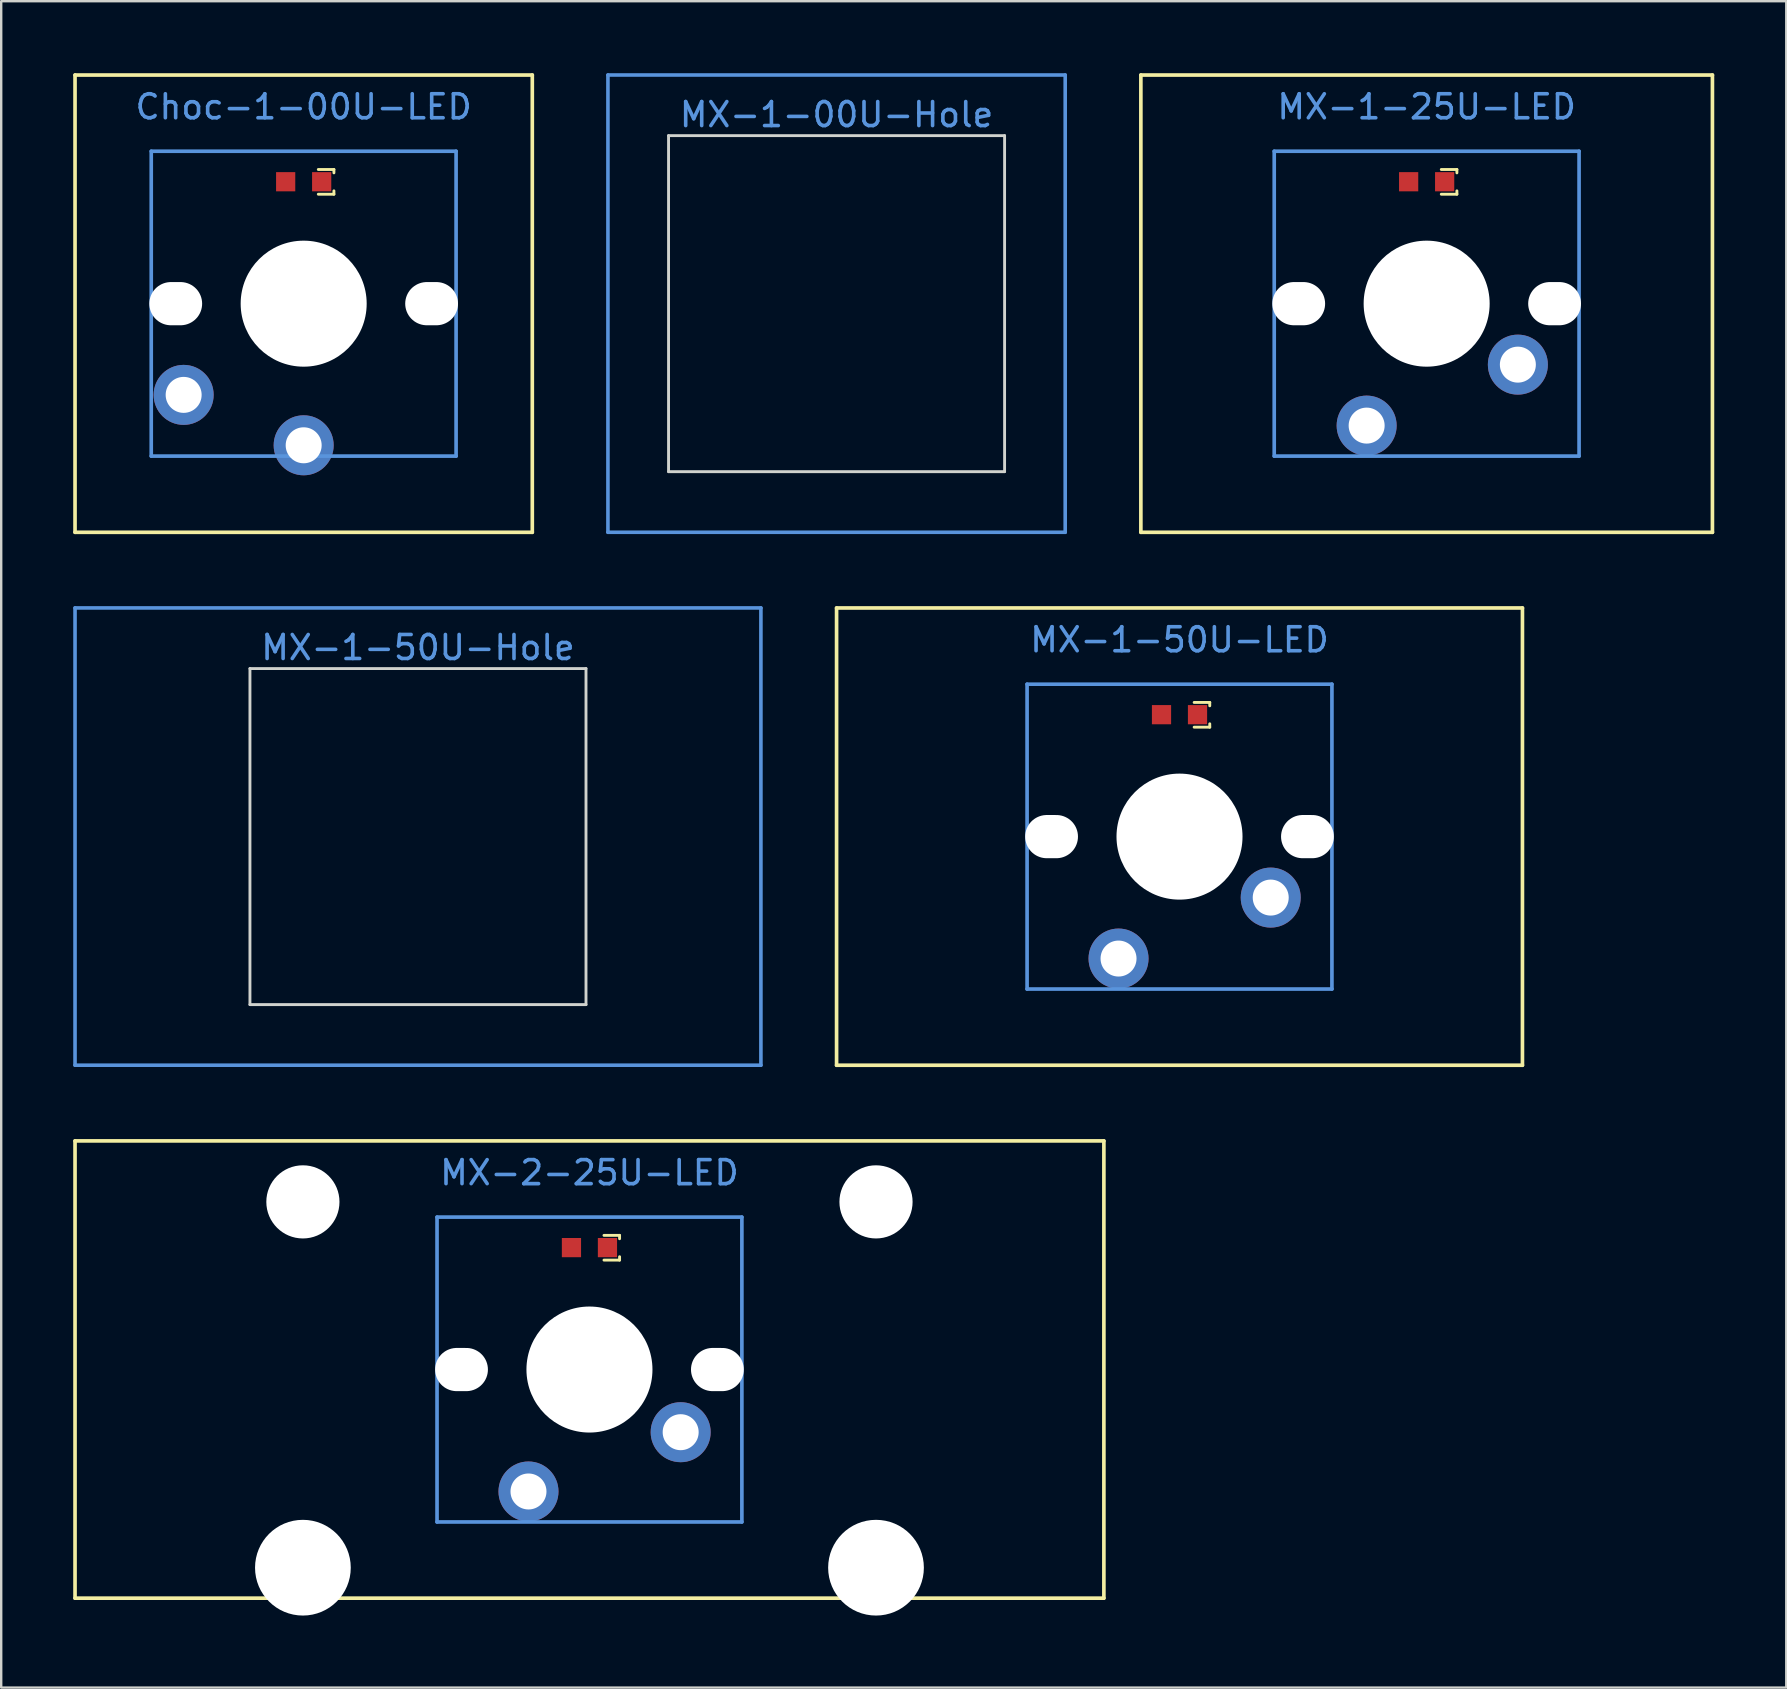
<source format=kicad_pcb>
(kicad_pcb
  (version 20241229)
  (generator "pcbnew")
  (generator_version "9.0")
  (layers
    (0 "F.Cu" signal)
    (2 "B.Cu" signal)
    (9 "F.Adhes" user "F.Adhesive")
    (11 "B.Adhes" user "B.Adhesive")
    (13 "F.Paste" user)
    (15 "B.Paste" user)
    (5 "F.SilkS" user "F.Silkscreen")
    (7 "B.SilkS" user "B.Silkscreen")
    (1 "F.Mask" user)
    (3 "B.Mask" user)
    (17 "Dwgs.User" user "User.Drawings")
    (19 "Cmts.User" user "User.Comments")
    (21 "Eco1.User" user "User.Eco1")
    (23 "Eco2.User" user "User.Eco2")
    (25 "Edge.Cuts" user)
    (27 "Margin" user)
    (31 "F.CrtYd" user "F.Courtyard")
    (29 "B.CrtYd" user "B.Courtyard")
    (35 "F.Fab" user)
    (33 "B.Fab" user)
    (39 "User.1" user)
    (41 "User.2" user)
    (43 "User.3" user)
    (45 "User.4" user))
  (footprint "MX-2-25U-LED"
    (layer "F.Cu")
    (at 21.507 48.926)
    (property "Reference" "MX-2-25U-LED" (at 0 -3.12 0) (layer "Cmts.User") (effects (font (size 1 1) (thickness 0.15))))
    (fp_line (start -21.431 -4.445) (end 21.431 -4.445) (stroke (width 0.152) (type solid)) (layer "F.SilkS"))
    (fp_line (start -21.431 14.605) (end -21.431 -4.445) (stroke (width 0.152) (type solid)) (layer "F.SilkS"))
    (fp_line (start 0.605 -0.51) (end 1.255 -0.51) (stroke (width 0.12) (type solid)) (layer "F.SilkS"))
    (fp_line (start 0.605 0.52) (end 1.255 0.52) (stroke (width 0.12) (type solid)) (layer "F.SilkS"))
    (fp_line (start 1.255 -0.51) (end 1.255 -0.37) (stroke (width 0.12) (type solid)) (layer "F.SilkS"))
    (fp_line (start 1.255 0.52) (end 1.255 0.38) (stroke (width 0.12) (type solid)) (layer "F.SilkS"))
    (fp_line (start 21.431 -4.445) (end 21.431 14.605) (stroke (width 0.152) (type solid)) (layer "F.SilkS"))
    (fp_line (start 21.431 14.605) (end -21.431 14.605) (stroke (width 0.152) (type solid)) (layer "F.SilkS"))
    (fp_line (start -6.35 -1.27) (end 6.35 -1.27) (stroke (width 0.152) (type solid)) (layer "Cmts.User"))
    (fp_line (start -6.35 11.43) (end -6.35 -1.27) (stroke (width 0.152) (type solid)) (layer "Cmts.User"))
    (fp_line (start 6.35 -1.27) (end 6.35 11.43) (stroke (width 0.152) (type solid)) (layer "Cmts.User"))
    (fp_line (start 6.35 11.43) (end -6.35 11.43) (stroke (width 0.152) (type solid)) (layer "Cmts.User"))
    (pad "" np_thru_hole circle (at -11.938 -1.905 180) (size 3.048 3.048) (drill 3.048) (layers "*.Cu" "*.Mask"))
    (pad "" np_thru_hole circle (at -11.938 13.335 180) (size 3.988 3.988) (drill 3.988) (layers "*.Cu" "*.Mask"))
    (pad "" np_thru_hole oval (at -5.33 5.08 270) (size 1.8 2.2) (drill oval 1.8 2.2) (layers "*.Cu" "*.Mask"))
    (pad "" np_thru_hole circle (at 0 5.08 180) (size 5.25 5.25) (drill 5.25) (layers "*.Cu" "*.Mask"))
    (pad "" np_thru_hole oval (at 5.33 5.08 270) (size 1.8 2.2) (drill oval 1.8 2.2) (layers "*.Cu" "*.Mask"))
    (pad "" np_thru_hole circle (at 11.938 -1.905 180) (size 3.048 3.048) (drill 3.048) (layers "*.Cu" "*.Mask"))
    (pad "" np_thru_hole circle (at 11.938 13.335 180) (size 3.988 3.988) (drill 3.988) (layers "*.Cu" "*.Mask"))
    (pad "1" thru_hole circle (at -2.54 10.16 90) (size 2.5 2.5) (drill 1.499) (layers "*.Cu" "*.Mask"))
    (pad "2" thru_hole circle (at 3.8 7.69 225) (size 2.5 2.5) (drill 1.499) (layers "*.Cu" "*.Mask"))
    (pad "3" smd rect (at 0.75 0 90) (size 0.8 0.8) (layers "F.Cu" "F.Mask" "F.Paste"))
    (pad "4" smd rect (at -0.75 0 90) (size 0.8 0.8) (layers "F.Cu" "F.Mask" "F.Paste")))
  (footprint "MX-1-50U-Hole"
    (layer "F.Cu")
    (at 14.363 31.802)
    (property "Reference" "MX-1-50U-Hole" (at 0 -7.874 0) (layer "Cmts.User") (effects (font (size 1 1) (thickness 0.15))))
    (attr through_hole)
    (fp_line (start -14.287 -9.525) (end 14.287 -9.525) (stroke (width 0.15) (type solid)) (layer "Cmts.User"))
    (fp_line (start -14.287 9.525) (end -14.287 -9.525) (stroke (width 0.15) (type solid)) (layer "Cmts.User"))
    (fp_line (start 14.287 -9.525) (end 14.287 9.525) (stroke (width 0.15) (type solid)) (layer "Cmts.User"))
    (fp_line (start 14.287 9.525) (end -14.287 9.525) (stroke (width 0.15) (type solid)) (layer "Cmts.User"))
    (fp_line (start -7 -7) (end -7 7) (stroke (width 0.12) (type solid)) (layer "Edge.Cuts"))
    (fp_line (start -7 -7) (end 7 -7) (stroke (width 0.12) (type solid)) (layer "Edge.Cuts"))
    (fp_line (start -7 7) (end 7 7) (stroke (width 0.12) (type solid)) (layer "Edge.Cuts"))
    (fp_line (start 7 -7) (end 7 7) (stroke (width 0.12) (type solid)) (layer "Edge.Cuts")))
  (footprint "Choc-1-00U-LED"
    (layer "F.Cu")
    (at 9.601 4.521)
    (property "Reference" "Choc-1-00U-LED" (at 0 -3.12 0) (layer "Cmts.User") (effects (font (size 1 1) (thickness 0.15))))
    (fp_line (start -9.525 -4.445) (end 9.525 -4.445) (stroke (width 0.152) (type solid)) (layer "F.SilkS"))
    (fp_line (start -9.525 14.605) (end -9.525 -4.445) (stroke (width 0.152) (type solid)) (layer "F.SilkS"))
    (fp_line (start 0.61 -0.51) (end 1.26 -0.51) (stroke (width 0.12) (type solid)) (layer "F.SilkS"))
    (fp_line (start 0.61 0.52) (end 1.26 0.52) (stroke (width 0.12) (type solid)) (layer "F.SilkS"))
    (fp_line (start 1.26 -0.51) (end 1.26 -0.37) (stroke (width 0.12) (type solid)) (layer "F.SilkS"))
    (fp_line (start 1.26 0.52) (end 1.26 0.38) (stroke (width 0.12) (type solid)) (layer "F.SilkS"))
    (fp_line (start 9.525 -4.445) (end 9.525 14.605) (stroke (width 0.152) (type solid)) (layer "F.SilkS"))
    (fp_line (start 9.525 14.605) (end -9.525 14.605) (stroke (width 0.152) (type solid)) (layer "F.SilkS"))
    (fp_line (start -6.35 -1.27) (end 6.35 -1.27) (stroke (width 0.152) (type solid)) (layer "Cmts.User"))
    (fp_line (start -6.35 11.43) (end -6.35 -1.27) (stroke (width 0.152) (type solid)) (layer "Cmts.User"))
    (fp_line (start 6.35 -1.27) (end 6.35 11.43) (stroke (width 0.152) (type solid)) (layer "Cmts.User"))
    (fp_line (start 6.35 11.43) (end -6.35 11.43) (stroke (width 0.152) (type solid)) (layer "Cmts.User"))
    (pad "" np_thru_hole oval (at -5.33 5.08 270) (size 1.8 2.2) (drill oval 1.8 2.2) (layers "*.Cu" "*.Mask"))
    (pad "" np_thru_hole circle (at 0 5.08 180) (size 5.25 5.25) (drill 5.25) (layers "*.Cu" "*.Mask"))
    (pad "" np_thru_hole oval (at 5.33 5.08 270) (size 1.8 2.2) (drill oval 1.8 2.2) (layers "*.Cu" "*.Mask"))
    (pad "1" thru_hole circle (at -5 8.88) (size 2.5 2.5) (drill 1.499) (layers "*.Cu" "*.Mask"))
    (pad "2" thru_hole circle (at 0 10.98 90) (size 2.5 2.5) (drill 1.499) (layers "*.Cu" "*.Mask"))
    (pad "3" smd rect (at 0.75 0 90) (size 0.8 0.8) (layers "F.Cu" "F.Mask" "F.Paste"))
    (pad "4" smd rect (at -0.75 0 90) (size 0.8 0.8) (layers "F.Cu" "F.Mask" "F.Paste")))
  (footprint "MX-1-00U-Hole"
    (layer "F.Cu")
    (at 31.802 9.6)
    (property "Reference" "MX-1-00U-Hole" (at 0 -7.874 0) (layer "Cmts.User") (effects (font (size 1 1) (thickness 0.15))))
    (attr through_hole)
    (fp_line (start -9.525 -9.525) (end 9.525 -9.525) (stroke (width 0.15) (type solid)) (layer "Cmts.User"))
    (fp_line (start -9.525 9.525) (end -9.525 -9.525) (stroke (width 0.15) (type solid)) (layer "Cmts.User"))
    (fp_line (start 9.525 -9.525) (end 9.525 9.525) (stroke (width 0.15) (type solid)) (layer "Cmts.User"))
    (fp_line (start 9.525 9.525) (end -9.525 9.525) (stroke (width 0.15) (type solid)) (layer "Cmts.User"))
    (fp_line (start -7 -7) (end -7 7) (stroke (width 0.12) (type solid)) (layer "Edge.Cuts"))
    (fp_line (start -7 -7) (end 7 -7) (stroke (width 0.12) (type solid)) (layer "Edge.Cuts"))
    (fp_line (start -7 7) (end 7 7) (stroke (width 0.12) (type solid)) (layer "Edge.Cuts"))
    (fp_line (start 7 -7) (end 7 7) (stroke (width 0.12) (type solid)) (layer "Edge.Cuts")))
  (footprint "MX-1-50U-LED"
    (layer "F.Cu")
    (at 46.089 26.724)
    (property "Reference" "MX-1-50U-LED" (at 0 -3.12 0) (layer "Cmts.User") (effects (font (size 1 1) (thickness 0.15))))
    (fp_line (start -14.287 -4.445) (end 14.287 -4.445) (stroke (width 0.152) (type solid)) (layer "F.SilkS"))
    (fp_line (start -14.287 14.605) (end -14.287 -4.445) (stroke (width 0.152) (type solid)) (layer "F.SilkS"))
    (fp_line (start 0.61 -0.51) (end 1.26 -0.51) (stroke (width 0.12) (type solid)) (layer "F.SilkS"))
    (fp_line (start 0.61 0.52) (end 1.26 0.52) (stroke (width 0.12) (type solid)) (layer "F.SilkS"))
    (fp_line (start 1.26 -0.51) (end 1.26 -0.37) (stroke (width 0.12) (type solid)) (layer "F.SilkS"))
    (fp_line (start 1.26 0.52) (end 1.26 0.38) (stroke (width 0.12) (type solid)) (layer "F.SilkS"))
    (fp_line (start 14.287 -4.445) (end 14.287 14.605) (stroke (width 0.152) (type solid)) (layer "F.SilkS"))
    (fp_line (start 14.287 14.605) (end -14.287 14.605) (stroke (width 0.152) (type solid)) (layer "F.SilkS"))
    (fp_line (start -6.35 -1.27) (end 6.35 -1.27) (stroke (width 0.152) (type solid)) (layer "Cmts.User"))
    (fp_line (start -6.35 11.43) (end -6.35 -1.27) (stroke (width 0.152) (type solid)) (layer "Cmts.User"))
    (fp_line (start 6.35 -1.27) (end 6.35 11.43) (stroke (width 0.152) (type solid)) (layer "Cmts.User"))
    (fp_line (start 6.35 11.43) (end -6.35 11.43) (stroke (width 0.152) (type solid)) (layer "Cmts.User"))
    (pad "" np_thru_hole oval (at -5.33 5.08 270) (size 1.8 2.2) (drill oval 1.8 2.2) (layers "*.Cu" "*.Mask"))
    (pad "" np_thru_hole circle (at 0 5.08 180) (size 5.25 5.25) (drill 5.25) (layers "*.Cu" "*.Mask"))
    (pad "" np_thru_hole oval (at 5.33 5.08 270) (size 1.8 2.2) (drill oval 1.8 2.2) (layers "*.Cu" "*.Mask"))
    (pad "1" thru_hole circle (at -2.54 10.16) (size 2.5 2.5) (drill 1.499) (layers "*.Cu" "*.Mask"))
    (pad "2" thru_hole circle (at 3.8 7.62 225) (size 2.5 2.5) (drill 1.499) (layers "*.Cu" "*.Mask"))
    (pad "3" smd rect (at 0.75 0 90) (size 0.8 0.8) (layers "F.Cu" "F.Mask" "F.Paste"))
    (pad "4" smd rect (at -0.75 0 90) (size 0.8 0.8) (layers "F.Cu" "F.Mask" "F.Paste")))
  (footprint "MX-1-25U-LED"
    (layer "F.Cu")
    (at 56.385 4.521)
    (property "Reference" "MX-1-25U-LED" (at 0 -3.12 0) (layer "Cmts.User") (effects (font (size 1 1) (thickness 0.15))))
    (fp_line (start -11.906 -4.445) (end 11.906 -4.445) (stroke (width 0.152) (type solid)) (layer "F.SilkS"))
    (fp_line (start -11.906 14.605) (end -11.906 -4.445) (stroke (width 0.152) (type solid)) (layer "F.SilkS"))
    (fp_line (start 0.61 -0.51) (end 1.26 -0.51) (stroke (width 0.12) (type solid)) (layer "F.SilkS"))
    (fp_line (start 0.61 0.52) (end 1.26 0.52) (stroke (width 0.12) (type solid)) (layer "F.SilkS"))
    (fp_line (start 1.26 -0.51) (end 1.26 -0.37) (stroke (width 0.12) (type solid)) (layer "F.SilkS"))
    (fp_line (start 1.26 0.52) (end 1.26 0.38) (stroke (width 0.12) (type solid)) (layer "F.SilkS"))
    (fp_line (start 11.906 -4.445) (end 11.906 14.605) (stroke (width 0.152) (type solid)) (layer "F.SilkS"))
    (fp_line (start 11.906 14.605) (end -11.906 14.605) (stroke (width 0.152) (type solid)) (layer "F.SilkS"))
    (fp_line (start -6.35 -1.27) (end 6.35 -1.27) (stroke (width 0.152) (type solid)) (layer "Cmts.User"))
    (fp_line (start -6.35 11.43) (end -6.35 -1.27) (stroke (width 0.152) (type solid)) (layer "Cmts.User"))
    (fp_line (start 6.35 -1.27) (end 6.35 11.43) (stroke (width 0.152) (type solid)) (layer "Cmts.User"))
    (fp_line (start 6.35 11.43) (end -6.35 11.43) (stroke (width 0.152) (type solid)) (layer "Cmts.User"))
    (pad "" np_thru_hole oval (at -5.33 5.08 270) (size 1.8 2.2) (drill oval 1.8 2.2) (layers "*.Cu" "*.Mask"))
    (pad "" np_thru_hole circle (at 0 5.08 180) (size 5.25 5.25) (drill 5.25) (layers "*.Cu" "*.Mask"))
    (pad "" np_thru_hole oval (at 5.33 5.08 270) (size 1.8 2.2) (drill oval 1.8 2.2) (layers "*.Cu" "*.Mask"))
    (pad "1" thru_hole circle (at -2.5 10.16) (size 2.5 2.5) (drill 1.499) (layers "*.Cu" "*.Mask"))
    (pad "2" thru_hole circle (at 3.8 7.62 225) (size 2.5 2.5) (drill 1.499) (layers "*.Cu" "*.Mask"))
    (pad "3" smd rect (at 0.75 0 90) (size 0.8 0.8) (layers "F.Cu" "F.Mask" "F.Paste"))
    (pad "4" smd rect (at -0.75 0 90) (size 0.8 0.8) (layers "F.Cu" "F.Mask" "F.Paste")))
  (gr_rect
    (start -3 -3)
    (end 71.367 67.255)
    (stroke (width 0.1) (type default))
    (fill no)
    (layer "Edge.Cuts")))
</source>
